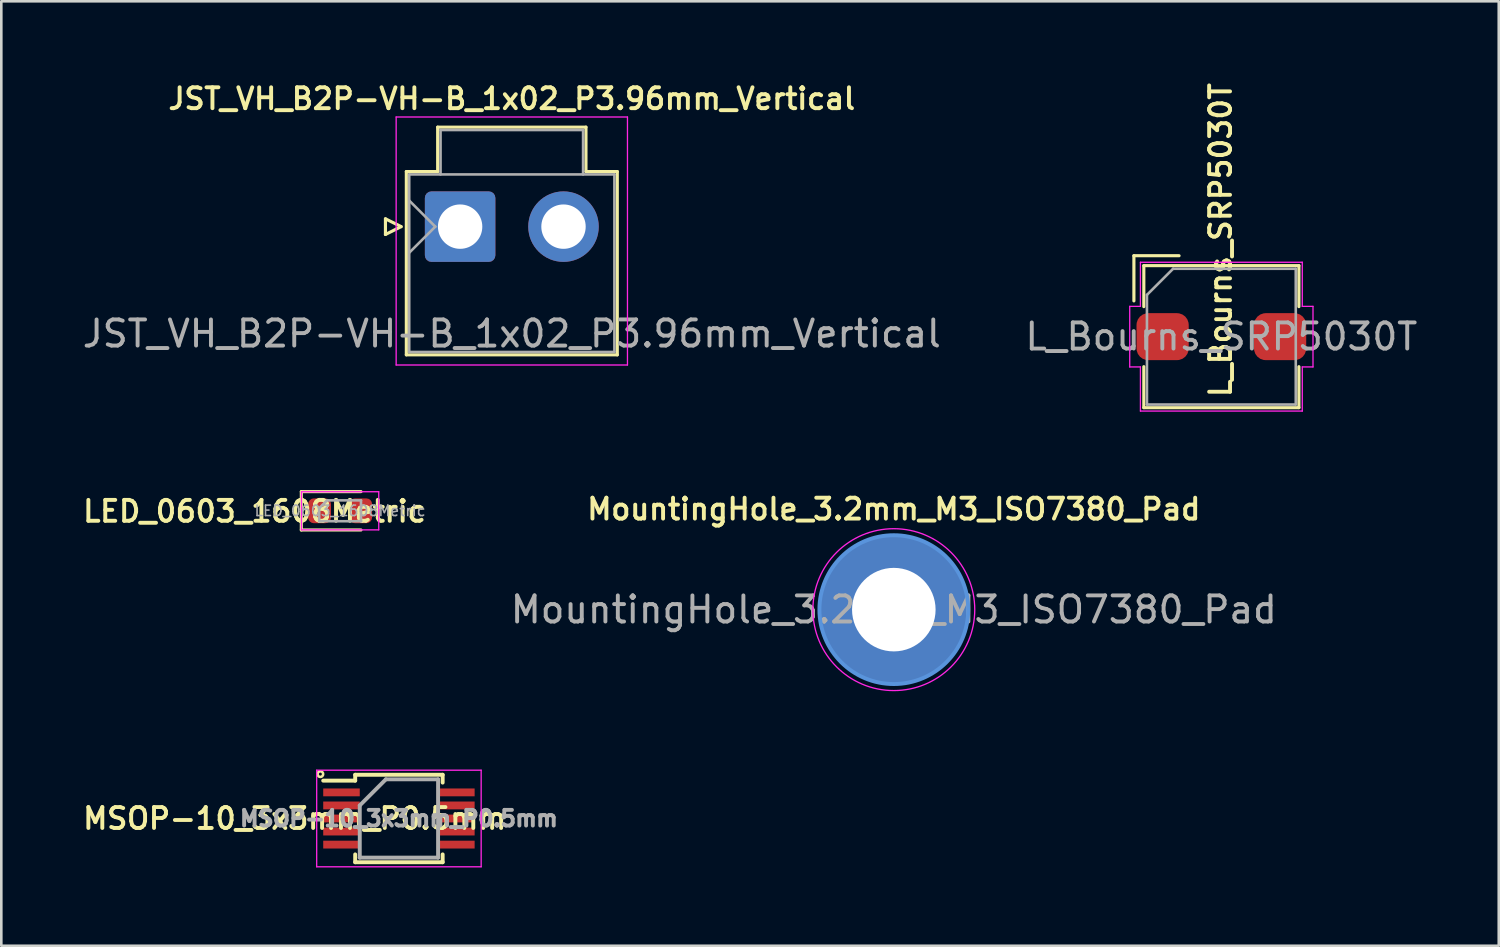
<source format=kicad_pcb>
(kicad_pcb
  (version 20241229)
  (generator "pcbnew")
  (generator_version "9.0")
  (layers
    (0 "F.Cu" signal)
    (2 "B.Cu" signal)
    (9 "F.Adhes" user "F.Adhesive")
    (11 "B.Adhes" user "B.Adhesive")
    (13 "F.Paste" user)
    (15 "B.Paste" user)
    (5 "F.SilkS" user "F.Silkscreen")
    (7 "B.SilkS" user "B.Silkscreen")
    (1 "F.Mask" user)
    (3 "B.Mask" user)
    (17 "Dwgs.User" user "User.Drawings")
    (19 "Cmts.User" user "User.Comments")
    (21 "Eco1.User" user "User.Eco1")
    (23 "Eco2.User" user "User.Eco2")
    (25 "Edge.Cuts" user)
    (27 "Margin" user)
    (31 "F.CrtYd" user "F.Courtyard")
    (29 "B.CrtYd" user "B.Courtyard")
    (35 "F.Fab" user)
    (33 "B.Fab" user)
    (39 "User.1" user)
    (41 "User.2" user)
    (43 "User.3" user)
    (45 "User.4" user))
  (footprint "L_Bourns_SRP5030T"
    (layer "F.Cu")
    (at 43.732 9.845)
    (property "Reference" "L_Bourns_SRP5030T" (at -0.03 -3.7 90) (layer "F.SilkS") (effects (font (size 0.8 0.8) (thickness 0.15))))
    (attr smd)
    (fp_line (start -3.35 -3.1) (end -1.62 -3.1) (stroke (width 0.12) (type solid)) (layer "F.SilkS"))
    (fp_line (start -3.35 -1.37) (end -3.35 -3.1) (stroke (width 0.12) (type solid)) (layer "F.SilkS"))
    (fp_line (start -2.97 -2.72) (end -2.97 -1.15) (stroke (width 0.12) (type solid)) (layer "F.SilkS"))
    (fp_line (start -2.97 -2.72) (end 2.97 -2.72) (stroke (width 0.12) (type solid)) (layer "F.SilkS"))
    (fp_line (start -2.97 1.15) (end -2.97 2.72) (stroke (width 0.12) (type solid)) (layer "F.SilkS"))
    (fp_line (start -2.97 2.72) (end 2.97 2.72) (stroke (width 0.12) (type solid)) (layer "F.SilkS"))
    (fp_line (start 2.97 -2.72) (end 2.97 -1.15) (stroke (width 0.12) (type solid)) (layer "F.SilkS"))
    (fp_line (start 2.97 1.15) (end 2.97 2.72) (stroke (width 0.12) (type solid)) (layer "F.SilkS"))
    (fp_line (start -3.51 -1.16) (end -3.51 1.16) (stroke (width 0.05) (type solid)) (layer "F.CrtYd"))
    (fp_line (start -3.51 1.16) (end -3.1 1.16) (stroke (width 0.05) (type solid)) (layer "F.CrtYd"))
    (fp_line (start -3.1 -2.85) (end -3.1 -1.16) (stroke (width 0.05) (type solid)) (layer "F.CrtYd"))
    (fp_line (start -3.1 -2.85) (end 3.1 -2.85) (stroke (width 0.05) (type solid)) (layer "F.CrtYd"))
    (fp_line (start -3.1 -1.16) (end -3.51 -1.16) (stroke (width 0.05) (type solid)) (layer "F.CrtYd"))
    (fp_line (start -3.1 1.16) (end -3.1 2.85) (stroke (width 0.05) (type solid)) (layer "F.CrtYd"))
    (fp_line (start -3.1 2.85) (end 3.1 2.85) (stroke (width 0.05) (type solid)) (layer "F.CrtYd"))
    (fp_line (start 3.1 -2.85) (end 3.1 -1.16) (stroke (width 0.05) (type solid)) (layer "F.CrtYd"))
    (fp_line (start 3.1 -1.16) (end 3.51 -1.16) (stroke (width 0.05) (type solid)) (layer "F.CrtYd"))
    (fp_line (start 3.1 1.16) (end 3.1 2.85) (stroke (width 0.05) (type solid)) (layer "F.CrtYd"))
    (fp_line (start 3.51 -1.16) (end 3.51 1.16) (stroke (width 0.05) (type solid)) (layer "F.CrtYd"))
    (fp_line (start 3.51 1.16) (end 3.1 1.16) (stroke (width 0.05) (type solid)) (layer "F.CrtYd"))
    (fp_line (start -2.85 -1.6) (end -1.85 -2.6) (stroke (width 0.1) (type solid)) (layer "F.Fab"))
    (fp_line (start -2.85 2.6) (end -2.85 -1.6) (stroke (width 0.1) (type solid)) (layer "F.Fab"))
    (fp_line (start -1.85 -2.6) (end 2.85 -2.6) (stroke (width 0.1) (type solid)) (layer "F.Fab"))
    (fp_line (start 2.85 -2.6) (end 2.85 2.6) (stroke (width 0.1) (type solid)) (layer "F.Fab"))
    (fp_line (start 2.85 2.6) (end -2.85 2.6) (stroke (width 0.1) (type solid)) (layer "F.Fab"))
    (fp_text user "${REFERENCE}" (at 0 0 0) (layer "F.Fab") (effects (font (size 1 1) (thickness 0.15))))
    (pad "1" smd roundrect (at -2.25 0) (size 2 1.8) (layers "F.Cu" "F.Mask" "F.Paste") (roundrect_rratio 0.25))
    (pad "2" smd roundrect (at 2.25 0) (size 2 1.8) (layers "F.Cu" "F.Mask" "F.Paste") (roundrect_rratio 0.25)))
  (footprint "JST_VH_B2P-VH-B_1x02_P3.96mm_Vertical"
    (layer "F.Cu")
    (at 14.574 5.631)
    (property "Reference" "JST_VH_B2P-VH-B_1x02_P3.96mm_Vertical" (at 1.98 -4.9 0) (layer "F.SilkS") (effects (font (size 0.8 0.8) (thickness 0.15))))
    (attr through_hole)
    (fp_line (start -2.86 -0.3) (end -2.26 0) (stroke (width 0.12) (type solid)) (layer "F.SilkS"))
    (fp_line (start -2.86 0.3) (end -2.86 -0.3) (stroke (width 0.12) (type solid)) (layer "F.SilkS"))
    (fp_line (start -2.26 0) (end -2.86 0.3) (stroke (width 0.12) (type solid)) (layer "F.SilkS"))
    (fp_line (start -2.06 -2.11) (end -0.86 -2.11) (stroke (width 0.12) (type solid)) (layer "F.SilkS"))
    (fp_line (start -2.06 4.91) (end -2.06 -2.11) (stroke (width 0.12) (type solid)) (layer "F.SilkS"))
    (fp_line (start -0.86 -3.81) (end 4.82 -3.81) (stroke (width 0.12) (type solid)) (layer "F.SilkS"))
    (fp_line (start -0.86 -2.11) (end -0.86 -3.81) (stroke (width 0.12) (type solid)) (layer "F.SilkS"))
    (fp_line (start 4.82 -3.81) (end 4.82 -2.11) (stroke (width 0.12) (type solid)) (layer "F.SilkS"))
    (fp_line (start 4.82 -2.11) (end 6.02 -2.11) (stroke (width 0.12) (type solid)) (layer "F.SilkS"))
    (fp_line (start 6.02 -2.11) (end 6.02 4.91) (stroke (width 0.12) (type solid)) (layer "F.SilkS"))
    (fp_line (start 6.02 4.91) (end -2.06 4.91) (stroke (width 0.12) (type solid)) (layer "F.SilkS"))
    (fp_line (start -2.45 -4.2) (end -2.45 5.3) (stroke (width 0.05) (type solid)) (layer "F.CrtYd"))
    (fp_line (start -2.45 5.3) (end 6.41 5.3) (stroke (width 0.05) (type solid)) (layer "F.CrtYd"))
    (fp_line (start 6.41 -4.2) (end -2.45 -4.2) (stroke (width 0.05) (type solid)) (layer "F.CrtYd"))
    (fp_line (start 6.41 5.3) (end 6.41 -4.2) (stroke (width 0.05) (type solid)) (layer "F.CrtYd"))
    (fp_line (start -1.95 -2) (end -1.95 4.8) (stroke (width 0.1) (type solid)) (layer "F.Fab"))
    (fp_line (start -1.95 -1) (end -0.95 0) (stroke (width 0.1) (type solid)) (layer "F.Fab"))
    (fp_line (start -1.95 1) (end -0.95 0) (stroke (width 0.1) (type solid)) (layer "F.Fab"))
    (fp_line (start -1.95 4.8) (end 5.91 4.8) (stroke (width 0.1) (type solid)) (layer "F.Fab"))
    (fp_line (start -0.75 -3.7) (end 4.71 -3.7) (stroke (width 0.1) (type solid)) (layer "F.Fab"))
    (fp_line (start -0.75 -2) (end -0.75 -3.7) (stroke (width 0.1) (type solid)) (layer "F.Fab"))
    (fp_line (start 4.71 -3.7) (end 4.71 -2) (stroke (width 0.1) (type solid)) (layer "F.Fab"))
    (fp_line (start 5.91 -2) (end -1.95 -2) (stroke (width 0.1) (type solid)) (layer "F.Fab"))
    (fp_line (start 5.91 4.8) (end 5.91 -2) (stroke (width 0.1) (type solid)) (layer "F.Fab"))
    (fp_text user "${REFERENCE}" (at 1.98 4.1 0) (layer "F.Fab") (effects (font (size 1 1) (thickness 0.15))))
    (pad "1" thru_hole roundrect (at 0 0) (size 2.7 2.7) (drill 1.7) (layers "*.Cu" "*.Mask") (roundrect_rratio 0.093))
    (pad "2" thru_hole circle (at 3.96 0) (size 2.7 2.7) (drill 1.7) (layers "*.Cu" "*.Mask")))
  (footprint "LED_0603_1608Metric"
    (layer "F.Cu")
    (at 9.977 16.515)
    (property "Reference" "LED_0603_1608Metric" (at -3.28 0.02 0) (layer "F.SilkS") (effects (font (size 0.8 0.8) (thickness 0.15))))
    (attr smd)
    (fp_line (start -1.485 -0.735) (end -1.485 0.735) (stroke (width 0.12) (type solid)) (layer "F.SilkS"))
    (fp_line (start -1.485 0.735) (end 0.8 0.735) (stroke (width 0.12) (type solid)) (layer "F.SilkS"))
    (fp_line (start 0.8 -0.735) (end -1.485 -0.735) (stroke (width 0.12) (type solid)) (layer "F.SilkS"))
    (fp_line (start -1.48 -0.73) (end 1.48 -0.73) (stroke (width 0.05) (type solid)) (layer "F.CrtYd"))
    (fp_line (start -1.48 0.73) (end -1.48 -0.73) (stroke (width 0.05) (type solid)) (layer "F.CrtYd"))
    (fp_line (start 1.48 -0.73) (end 1.48 0.73) (stroke (width 0.05) (type solid)) (layer "F.CrtYd"))
    (fp_line (start 1.48 0.73) (end -1.48 0.73) (stroke (width 0.05) (type solid)) (layer "F.CrtYd"))
    (fp_line (start -0.8 -0.1) (end -0.8 0.4) (stroke (width 0.1) (type solid)) (layer "F.Fab"))
    (fp_line (start -0.8 0.4) (end 0.8 0.4) (stroke (width 0.1) (type solid)) (layer "F.Fab"))
    (fp_line (start -0.5 -0.4) (end -0.8 -0.1) (stroke (width 0.1) (type solid)) (layer "F.Fab"))
    (fp_line (start 0.8 -0.4) (end -0.5 -0.4) (stroke (width 0.1) (type solid)) (layer "F.Fab"))
    (fp_line (start 0.8 0.4) (end 0.8 -0.4) (stroke (width 0.1) (type solid)) (layer "F.Fab"))
    (fp_text user "${REFERENCE}" (at 0 0 0) (layer "F.Fab") (effects (font (size 0.4 0.4) (thickness 0.06))))
    (pad "1" smd roundrect (at -0.787 0) (size 0.875 0.95) (layers "F.Cu" "F.Mask" "F.Paste") (roundrect_rratio 0.25))
    (pad "2" smd roundrect (at 0.787 0) (size 0.875 0.95) (layers "F.Cu" "F.Mask" "F.Paste") (roundrect_rratio 0.25)))
  (footprint "MountingHole_3.2mm_M3_ISO7380_Pad"
    (layer "F.Cu")
    (at 31.186 20.301)
    (property "Reference" "MountingHole_3.2mm_M3_ISO7380_Pad" (at 0 -3.85 0) (layer "F.SilkS") (effects (font (size 0.8 0.8) (thickness 0.15))))
    (attr exclude_from_pos_files)
    (fp_circle (center 0 0) (end 2.85 0) (stroke (width 0.15) (type solid)) (fill no) (layer "Cmts.User"))
    (fp_circle (center 0 0) (end 3.1 0) (stroke (width 0.05) (type solid)) (fill no) (layer "F.CrtYd"))
    (fp_text user "${REFERENCE}" (at 0 0 0) (layer "F.Fab") (effects (font (size 1 1) (thickness 0.15))))
    (pad "1" thru_hole circle (at 0 0) (size 5.7 5.7) (drill 3.2) (layers "*.Cu" "*.Mask")))
  (footprint "MSOP-10_3x3mm_P0.5mm"
    (layer "F.Cu")
    (at 12.23 28.301)
    (property "Reference" "MSOP-10_3x3mm_P0.5mm" (at -3.99 0 0) (layer "F.SilkS") (effects (font (size 0.8 0.8) (thickness 0.15))))
    (attr smd)
    (fp_line (start -1.675 -1.675) (end -1.675 -1.45) (stroke (width 0.15) (type solid)) (layer "F.SilkS"))
    (fp_line (start -1.675 -1.675) (end 1.675 -1.675) (stroke (width 0.15) (type solid)) (layer "F.SilkS"))
    (fp_line (start -1.675 -1.45) (end -2.9 -1.45) (stroke (width 0.15) (type solid)) (layer "F.SilkS"))
    (fp_line (start -1.675 1.675) (end -1.675 1.375) (stroke (width 0.15) (type solid)) (layer "F.SilkS"))
    (fp_line (start -1.675 1.675) (end 1.675 1.675) (stroke (width 0.15) (type solid)) (layer "F.SilkS"))
    (fp_line (start 1.675 -1.675) (end 1.675 -1.375) (stroke (width 0.15) (type solid)) (layer "F.SilkS"))
    (fp_line (start 1.675 1.675) (end 1.675 1.375) (stroke (width 0.15) (type solid)) (layer "F.SilkS"))
    (fp_circle (center -3.01 -1.7) (end -2.92 -1.64) (stroke (width 0.1) (type default)) (fill no) (layer "F.SilkS"))
    (fp_line (start -3.15 -1.85) (end -3.15 1.85) (stroke (width 0.05) (type solid)) (layer "F.CrtYd"))
    (fp_line (start -3.15 -1.85) (end 3.15 -1.85) (stroke (width 0.05) (type solid)) (layer "F.CrtYd"))
    (fp_line (start -3.15 1.85) (end 3.15 1.85) (stroke (width 0.05) (type solid)) (layer "F.CrtYd"))
    (fp_line (start 3.15 -1.85) (end 3.15 1.85) (stroke (width 0.05) (type solid)) (layer "F.CrtYd"))
    (fp_line (start -1.5 -0.5) (end -0.5 -1.5) (stroke (width 0.15) (type solid)) (layer "F.Fab"))
    (fp_line (start -1.5 1.5) (end -1.5 -0.5) (stroke (width 0.15) (type solid)) (layer "F.Fab"))
    (fp_line (start -0.5 -1.5) (end 1.5 -1.5) (stroke (width 0.15) (type solid)) (layer "F.Fab"))
    (fp_line (start 1.5 -1.5) (end 1.5 1.5) (stroke (width 0.15) (type solid)) (layer "F.Fab"))
    (fp_line (start 1.5 1.5) (end -1.5 1.5) (stroke (width 0.15) (type solid)) (layer "F.Fab"))
    (fp_text user "${REFERENCE}" (at 0 0 0) (layer "F.Fab") (effects (font (size 0.6 0.6) (thickness 0.15))))
    (pad "1" smd rect (at -2.2 -1) (size 1.4 0.3) (layers "F.Cu" "F.Mask" "F.Paste"))
    (pad "2" smd rect (at -2.2 -0.5) (size 1.4 0.3) (layers "F.Cu" "F.Mask" "F.Paste"))
    (pad "3" smd rect (at -2.2 0) (size 1.4 0.3) (layers "F.Cu" "F.Mask" "F.Paste"))
    (pad "4" smd rect (at -2.2 0.5) (size 1.4 0.3) (layers "F.Cu" "F.Mask" "F.Paste"))
    (pad "5" smd rect (at -2.2 1) (size 1.4 0.3) (layers "F.Cu" "F.Mask" "F.Paste"))
    (pad "6" smd rect (at 2.2 1) (size 1.4 0.3) (layers "F.Cu" "F.Mask" "F.Paste"))
    (pad "7" smd rect (at 2.2 0.5) (size 1.4 0.3) (layers "F.Cu" "F.Mask" "F.Paste"))
    (pad "8" smd rect (at 2.2 0) (size 1.4 0.3) (layers "F.Cu" "F.Mask" "F.Paste"))
    (pad "9" smd rect (at 2.2 -0.5) (size 1.4 0.3) (layers "F.Cu" "F.Mask" "F.Paste"))
    (pad "10" smd rect (at 2.2 -1) (size 1.4 0.3) (layers "F.Cu" "F.Mask" "F.Paste")))
  (gr_rect
    (start -3 -3)
    (end 54.357 33.176)
    (stroke (width 0.1) (type default))
    (fill no)
    (layer "Edge.Cuts")))
</source>
